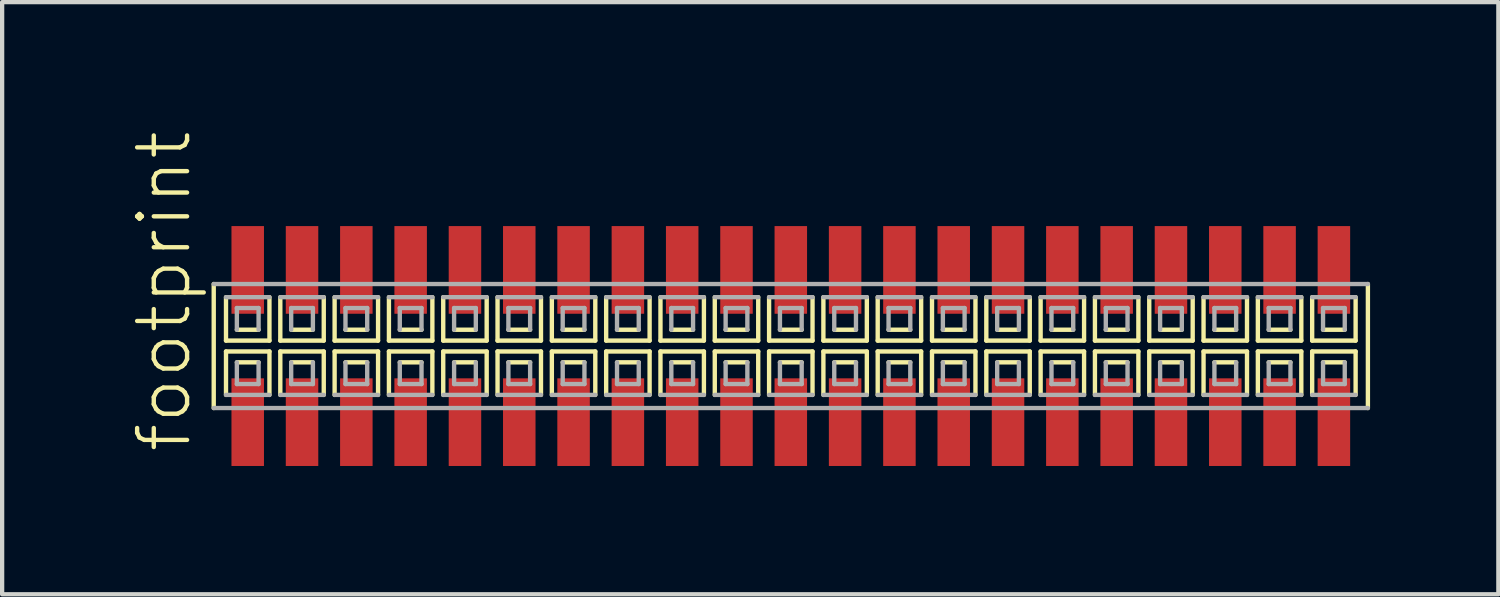
<source format=kicad_pcb>
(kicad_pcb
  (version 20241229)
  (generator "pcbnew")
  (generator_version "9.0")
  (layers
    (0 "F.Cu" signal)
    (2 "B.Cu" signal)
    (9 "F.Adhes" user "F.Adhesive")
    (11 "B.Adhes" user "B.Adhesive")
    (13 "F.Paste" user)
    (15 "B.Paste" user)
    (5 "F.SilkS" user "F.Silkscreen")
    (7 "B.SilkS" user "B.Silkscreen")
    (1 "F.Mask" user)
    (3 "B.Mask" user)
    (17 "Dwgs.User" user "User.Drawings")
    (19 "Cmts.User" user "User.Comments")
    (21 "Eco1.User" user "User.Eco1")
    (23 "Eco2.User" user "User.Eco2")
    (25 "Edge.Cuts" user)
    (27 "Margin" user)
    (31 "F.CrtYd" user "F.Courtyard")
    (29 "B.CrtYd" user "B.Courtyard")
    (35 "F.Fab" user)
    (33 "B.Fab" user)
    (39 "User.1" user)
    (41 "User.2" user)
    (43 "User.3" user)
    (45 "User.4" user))
  (footprint "footprint"
    (layer "F.Cu")
    (at 15.443 5.042)
    (property "Reference" "footprint" (at -13.97 2.54 90) (layer "F.SilkS") (effects (font (size 1.168 1.168) (thickness 0.102)) (justify left bottom)))
    (fp_line (start -13.495 -1.45) (end -13.495 1.45) (stroke (width 0.102) (type solid)) (layer "F.SilkS"))
    (fp_line (start -13.208 -1.143) (end -13.208 -0.127) (stroke (width 0.102) (type solid)) (layer "F.SilkS"))
    (fp_line (start -13.208 -0.127) (end -12.192 -0.127) (stroke (width 0.102) (type solid)) (layer "F.SilkS"))
    (fp_line (start -13.208 0.127) (end -13.208 1.143) (stroke (width 0.102) (type solid)) (layer "F.SilkS"))
    (fp_line (start -12.954 -0.381) (end -12.446 -0.381) (stroke (width 0.102) (type solid)) (layer "F.SilkS"))
    (fp_line (start -12.446 0.381) (end -12.954 0.381) (stroke (width 0.102) (type solid)) (layer "F.SilkS"))
    (fp_line (start -12.192 -0.127) (end -12.192 -1.143) (stroke (width 0.102) (type solid)) (layer "F.SilkS"))
    (fp_line (start -12.192 0.127) (end -13.208 0.127) (stroke (width 0.102) (type solid)) (layer "F.SilkS"))
    (fp_line (start -12.192 1.143) (end -12.192 0.127) (stroke (width 0.102) (type solid)) (layer "F.SilkS"))
    (fp_line (start -11.938 -1.143) (end -11.938 -0.127) (stroke (width 0.102) (type solid)) (layer "F.SilkS"))
    (fp_line (start -11.938 -0.127) (end -10.922 -0.127) (stroke (width 0.102) (type solid)) (layer "F.SilkS"))
    (fp_line (start -11.938 0.127) (end -11.938 1.143) (stroke (width 0.102) (type solid)) (layer "F.SilkS"))
    (fp_line (start -11.684 -0.381) (end -11.176 -0.381) (stroke (width 0.102) (type solid)) (layer "F.SilkS"))
    (fp_line (start -11.176 0.381) (end -11.684 0.381) (stroke (width 0.102) (type solid)) (layer "F.SilkS"))
    (fp_line (start -10.922 -0.127) (end -10.922 -1.143) (stroke (width 0.102) (type solid)) (layer "F.SilkS"))
    (fp_line (start -10.922 0.127) (end -11.938 0.127) (stroke (width 0.102) (type solid)) (layer "F.SilkS"))
    (fp_line (start -10.922 1.143) (end -10.922 0.127) (stroke (width 0.102) (type solid)) (layer "F.SilkS"))
    (fp_line (start -10.668 -1.143) (end -10.668 -0.127) (stroke (width 0.102) (type solid)) (layer "F.SilkS"))
    (fp_line (start -10.668 -0.127) (end -9.652 -0.127) (stroke (width 0.102) (type solid)) (layer "F.SilkS"))
    (fp_line (start -10.668 0.127) (end -10.668 1.143) (stroke (width 0.102) (type solid)) (layer "F.SilkS"))
    (fp_line (start -10.414 -0.381) (end -9.906 -0.381) (stroke (width 0.102) (type solid)) (layer "F.SilkS"))
    (fp_line (start -9.906 0.381) (end -10.414 0.381) (stroke (width 0.102) (type solid)) (layer "F.SilkS"))
    (fp_line (start -9.652 -0.127) (end -9.652 -1.143) (stroke (width 0.102) (type solid)) (layer "F.SilkS"))
    (fp_line (start -9.652 0.127) (end -10.668 0.127) (stroke (width 0.102) (type solid)) (layer "F.SilkS"))
    (fp_line (start -9.652 1.143) (end -9.652 0.127) (stroke (width 0.102) (type solid)) (layer "F.SilkS"))
    (fp_line (start -9.398 -1.143) (end -9.398 -0.127) (stroke (width 0.102) (type solid)) (layer "F.SilkS"))
    (fp_line (start -9.398 -0.127) (end -8.382 -0.127) (stroke (width 0.102) (type solid)) (layer "F.SilkS"))
    (fp_line (start -9.398 0.127) (end -9.398 1.143) (stroke (width 0.102) (type solid)) (layer "F.SilkS"))
    (fp_line (start -9.144 -0.381) (end -8.636 -0.381) (stroke (width 0.102) (type solid)) (layer "F.SilkS"))
    (fp_line (start -8.636 0.381) (end -9.144 0.381) (stroke (width 0.102) (type solid)) (layer "F.SilkS"))
    (fp_line (start -8.382 -0.127) (end -8.382 -1.143) (stroke (width 0.102) (type solid)) (layer "F.SilkS"))
    (fp_line (start -8.382 0.127) (end -9.398 0.127) (stroke (width 0.102) (type solid)) (layer "F.SilkS"))
    (fp_line (start -8.382 1.143) (end -8.382 0.127) (stroke (width 0.102) (type solid)) (layer "F.SilkS"))
    (fp_line (start -8.128 -1.143) (end -8.128 -0.127) (stroke (width 0.102) (type solid)) (layer "F.SilkS"))
    (fp_line (start -8.128 -0.127) (end -7.112 -0.127) (stroke (width 0.102) (type solid)) (layer "F.SilkS"))
    (fp_line (start -8.128 0.127) (end -8.128 1.143) (stroke (width 0.102) (type solid)) (layer "F.SilkS"))
    (fp_line (start -7.874 -0.381) (end -7.366 -0.381) (stroke (width 0.102) (type solid)) (layer "F.SilkS"))
    (fp_line (start -7.366 0.381) (end -7.874 0.381) (stroke (width 0.102) (type solid)) (layer "F.SilkS"))
    (fp_line (start -7.112 -0.127) (end -7.112 -1.143) (stroke (width 0.102) (type solid)) (layer "F.SilkS"))
    (fp_line (start -7.112 0.127) (end -8.128 0.127) (stroke (width 0.102) (type solid)) (layer "F.SilkS"))
    (fp_line (start -7.112 1.143) (end -7.112 0.127) (stroke (width 0.102) (type solid)) (layer "F.SilkS"))
    (fp_line (start -6.858 -1.143) (end -6.858 -0.127) (stroke (width 0.102) (type solid)) (layer "F.SilkS"))
    (fp_line (start -6.858 -0.127) (end -5.842 -0.127) (stroke (width 0.102) (type solid)) (layer "F.SilkS"))
    (fp_line (start -6.858 0.127) (end -6.858 1.143) (stroke (width 0.102) (type solid)) (layer "F.SilkS"))
    (fp_line (start -6.604 -0.381) (end -6.096 -0.381) (stroke (width 0.102) (type solid)) (layer "F.SilkS"))
    (fp_line (start -6.096 0.381) (end -6.604 0.381) (stroke (width 0.102) (type solid)) (layer "F.SilkS"))
    (fp_line (start -5.842 -0.127) (end -5.842 -1.143) (stroke (width 0.102) (type solid)) (layer "F.SilkS"))
    (fp_line (start -5.842 0.127) (end -6.858 0.127) (stroke (width 0.102) (type solid)) (layer "F.SilkS"))
    (fp_line (start -5.842 1.143) (end -5.842 0.127) (stroke (width 0.102) (type solid)) (layer "F.SilkS"))
    (fp_line (start -5.588 -1.143) (end -5.588 -0.127) (stroke (width 0.102) (type solid)) (layer "F.SilkS"))
    (fp_line (start -5.588 -0.127) (end -4.572 -0.127) (stroke (width 0.102) (type solid)) (layer "F.SilkS"))
    (fp_line (start -5.588 0.127) (end -5.588 1.143) (stroke (width 0.102) (type solid)) (layer "F.SilkS"))
    (fp_line (start -5.334 -0.381) (end -4.826 -0.381) (stroke (width 0.102) (type solid)) (layer "F.SilkS"))
    (fp_line (start -4.826 0.381) (end -5.334 0.381) (stroke (width 0.102) (type solid)) (layer "F.SilkS"))
    (fp_line (start -4.572 -0.127) (end -4.572 -1.143) (stroke (width 0.102) (type solid)) (layer "F.SilkS"))
    (fp_line (start -4.572 0.127) (end -5.588 0.127) (stroke (width 0.102) (type solid)) (layer "F.SilkS"))
    (fp_line (start -4.572 1.143) (end -4.572 0.127) (stroke (width 0.102) (type solid)) (layer "F.SilkS"))
    (fp_line (start -4.318 -1.143) (end -4.318 -0.127) (stroke (width 0.102) (type solid)) (layer "F.SilkS"))
    (fp_line (start -4.318 -0.127) (end -3.302 -0.127) (stroke (width 0.102) (type solid)) (layer "F.SilkS"))
    (fp_line (start -4.318 0.127) (end -4.318 1.143) (stroke (width 0.102) (type solid)) (layer "F.SilkS"))
    (fp_line (start -4.064 -0.381) (end -3.556 -0.381) (stroke (width 0.102) (type solid)) (layer "F.SilkS"))
    (fp_line (start -3.556 0.381) (end -4.064 0.381) (stroke (width 0.102) (type solid)) (layer "F.SilkS"))
    (fp_line (start -3.302 -0.127) (end -3.302 -1.143) (stroke (width 0.102) (type solid)) (layer "F.SilkS"))
    (fp_line (start -3.302 0.127) (end -4.318 0.127) (stroke (width 0.102) (type solid)) (layer "F.SilkS"))
    (fp_line (start -3.302 1.143) (end -3.302 0.127) (stroke (width 0.102) (type solid)) (layer "F.SilkS"))
    (fp_line (start -3.048 -1.143) (end -3.048 -0.127) (stroke (width 0.102) (type solid)) (layer "F.SilkS"))
    (fp_line (start -3.048 -0.127) (end -2.032 -0.127) (stroke (width 0.102) (type solid)) (layer "F.SilkS"))
    (fp_line (start -3.048 0.127) (end -3.048 1.143) (stroke (width 0.102) (type solid)) (layer "F.SilkS"))
    (fp_line (start -2.794 -0.381) (end -2.286 -0.381) (stroke (width 0.102) (type solid)) (layer "F.SilkS"))
    (fp_line (start -2.286 0.381) (end -2.794 0.381) (stroke (width 0.102) (type solid)) (layer "F.SilkS"))
    (fp_line (start -2.032 -0.127) (end -2.032 -1.143) (stroke (width 0.102) (type solid)) (layer "F.SilkS"))
    (fp_line (start -2.032 0.127) (end -3.048 0.127) (stroke (width 0.102) (type solid)) (layer "F.SilkS"))
    (fp_line (start -2.032 1.143) (end -2.032 0.127) (stroke (width 0.102) (type solid)) (layer "F.SilkS"))
    (fp_line (start -1.778 -1.143) (end -1.778 -0.127) (stroke (width 0.102) (type solid)) (layer "F.SilkS"))
    (fp_line (start -1.778 -0.127) (end -0.762 -0.127) (stroke (width 0.102) (type solid)) (layer "F.SilkS"))
    (fp_line (start -1.778 0.127) (end -1.778 1.143) (stroke (width 0.102) (type solid)) (layer "F.SilkS"))
    (fp_line (start -1.524 -0.381) (end -1.016 -0.381) (stroke (width 0.102) (type solid)) (layer "F.SilkS"))
    (fp_line (start -1.016 0.381) (end -1.524 0.381) (stroke (width 0.102) (type solid)) (layer "F.SilkS"))
    (fp_line (start -0.762 -0.127) (end -0.762 -1.143) (stroke (width 0.102) (type solid)) (layer "F.SilkS"))
    (fp_line (start -0.762 0.127) (end -1.778 0.127) (stroke (width 0.102) (type solid)) (layer "F.SilkS"))
    (fp_line (start -0.762 1.143) (end -0.762 0.127) (stroke (width 0.102) (type solid)) (layer "F.SilkS"))
    (fp_line (start -0.508 -1.143) (end -0.508 -0.127) (stroke (width 0.102) (type solid)) (layer "F.SilkS"))
    (fp_line (start -0.508 -0.127) (end 0.508 -0.127) (stroke (width 0.102) (type solid)) (layer "F.SilkS"))
    (fp_line (start -0.508 0.127) (end -0.508 1.143) (stroke (width 0.102) (type solid)) (layer "F.SilkS"))
    (fp_line (start -0.254 -0.381) (end 0.254 -0.381) (stroke (width 0.102) (type solid)) (layer "F.SilkS"))
    (fp_line (start 0.254 0.381) (end -0.254 0.381) (stroke (width 0.102) (type solid)) (layer "F.SilkS"))
    (fp_line (start 0.508 -0.127) (end 0.508 -1.143) (stroke (width 0.102) (type solid)) (layer "F.SilkS"))
    (fp_line (start 0.508 0.127) (end -0.508 0.127) (stroke (width 0.102) (type solid)) (layer "F.SilkS"))
    (fp_line (start 0.508 1.143) (end 0.508 0.127) (stroke (width 0.102) (type solid)) (layer "F.SilkS"))
    (fp_line (start 0.762 -1.143) (end 0.762 -0.127) (stroke (width 0.102) (type solid)) (layer "F.SilkS"))
    (fp_line (start 0.762 -0.127) (end 1.778 -0.127) (stroke (width 0.102) (type solid)) (layer "F.SilkS"))
    (fp_line (start 0.762 0.127) (end 0.762 1.143) (stroke (width 0.102) (type solid)) (layer "F.SilkS"))
    (fp_line (start 1.016 -0.381) (end 1.524 -0.381) (stroke (width 0.102) (type solid)) (layer "F.SilkS"))
    (fp_line (start 1.524 0.381) (end 1.016 0.381) (stroke (width 0.102) (type solid)) (layer "F.SilkS"))
    (fp_line (start 1.778 -0.127) (end 1.778 -1.143) (stroke (width 0.102) (type solid)) (layer "F.SilkS"))
    (fp_line (start 1.778 0.127) (end 0.762 0.127) (stroke (width 0.102) (type solid)) (layer "F.SilkS"))
    (fp_line (start 1.778 1.143) (end 1.778 0.127) (stroke (width 0.102) (type solid)) (layer "F.SilkS"))
    (fp_line (start 2.032 -1.143) (end 2.032 -0.127) (stroke (width 0.102) (type solid)) (layer "F.SilkS"))
    (fp_line (start 2.032 -0.127) (end 3.048 -0.127) (stroke (width 0.102) (type solid)) (layer "F.SilkS"))
    (fp_line (start 2.032 0.127) (end 2.032 1.143) (stroke (width 0.102) (type solid)) (layer "F.SilkS"))
    (fp_line (start 2.286 -0.381) (end 2.794 -0.381) (stroke (width 0.102) (type solid)) (layer "F.SilkS"))
    (fp_line (start 2.794 0.381) (end 2.286 0.381) (stroke (width 0.102) (type solid)) (layer "F.SilkS"))
    (fp_line (start 3.048 -0.127) (end 3.048 -1.143) (stroke (width 0.102) (type solid)) (layer "F.SilkS"))
    (fp_line (start 3.048 0.127) (end 2.032 0.127) (stroke (width 0.102) (type solid)) (layer "F.SilkS"))
    (fp_line (start 3.048 1.143) (end 3.048 0.127) (stroke (width 0.102) (type solid)) (layer "F.SilkS"))
    (fp_line (start 3.302 -1.143) (end 3.302 -0.127) (stroke (width 0.102) (type solid)) (layer "F.SilkS"))
    (fp_line (start 3.302 -0.127) (end 4.318 -0.127) (stroke (width 0.102) (type solid)) (layer "F.SilkS"))
    (fp_line (start 3.302 0.127) (end 3.302 1.143) (stroke (width 0.102) (type solid)) (layer "F.SilkS"))
    (fp_line (start 3.556 -0.381) (end 4.064 -0.381) (stroke (width 0.102) (type solid)) (layer "F.SilkS"))
    (fp_line (start 4.064 0.381) (end 3.556 0.381) (stroke (width 0.102) (type solid)) (layer "F.SilkS"))
    (fp_line (start 4.318 -0.127) (end 4.318 -1.143) (stroke (width 0.102) (type solid)) (layer "F.SilkS"))
    (fp_line (start 4.318 0.127) (end 3.302 0.127) (stroke (width 0.102) (type solid)) (layer "F.SilkS"))
    (fp_line (start 4.318 1.143) (end 4.318 0.127) (stroke (width 0.102) (type solid)) (layer "F.SilkS"))
    (fp_line (start 4.572 -1.143) (end 4.572 -0.127) (stroke (width 0.102) (type solid)) (layer "F.SilkS"))
    (fp_line (start 4.572 -0.127) (end 5.588 -0.127) (stroke (width 0.102) (type solid)) (layer "F.SilkS"))
    (fp_line (start 4.572 0.127) (end 4.572 1.143) (stroke (width 0.102) (type solid)) (layer "F.SilkS"))
    (fp_line (start 4.826 -0.381) (end 5.334 -0.381) (stroke (width 0.102) (type solid)) (layer "F.SilkS"))
    (fp_line (start 5.334 0.381) (end 4.826 0.381) (stroke (width 0.102) (type solid)) (layer "F.SilkS"))
    (fp_line (start 5.588 -0.127) (end 5.588 -1.143) (stroke (width 0.102) (type solid)) (layer "F.SilkS"))
    (fp_line (start 5.588 0.127) (end 4.572 0.127) (stroke (width 0.102) (type solid)) (layer "F.SilkS"))
    (fp_line (start 5.588 1.143) (end 5.588 0.127) (stroke (width 0.102) (type solid)) (layer "F.SilkS"))
    (fp_line (start 5.842 -1.143) (end 5.842 -0.127) (stroke (width 0.102) (type solid)) (layer "F.SilkS"))
    (fp_line (start 5.842 -0.127) (end 6.858 -0.127) (stroke (width 0.102) (type solid)) (layer "F.SilkS"))
    (fp_line (start 5.842 0.127) (end 5.842 1.143) (stroke (width 0.102) (type solid)) (layer "F.SilkS"))
    (fp_line (start 6.096 -0.381) (end 6.604 -0.381) (stroke (width 0.102) (type solid)) (layer "F.SilkS"))
    (fp_line (start 6.604 0.381) (end 6.096 0.381) (stroke (width 0.102) (type solid)) (layer "F.SilkS"))
    (fp_line (start 6.858 -0.127) (end 6.858 -1.143) (stroke (width 0.102) (type solid)) (layer "F.SilkS"))
    (fp_line (start 6.858 0.127) (end 5.842 0.127) (stroke (width 0.102) (type solid)) (layer "F.SilkS"))
    (fp_line (start 6.858 1.143) (end 6.858 0.127) (stroke (width 0.102) (type solid)) (layer "F.SilkS"))
    (fp_line (start 7.112 -1.143) (end 7.112 -0.127) (stroke (width 0.102) (type solid)) (layer "F.SilkS"))
    (fp_line (start 7.112 -0.127) (end 8.128 -0.127) (stroke (width 0.102) (type solid)) (layer "F.SilkS"))
    (fp_line (start 7.112 0.127) (end 7.112 1.143) (stroke (width 0.102) (type solid)) (layer "F.SilkS"))
    (fp_line (start 7.366 -0.381) (end 7.874 -0.381) (stroke (width 0.102) (type solid)) (layer "F.SilkS"))
    (fp_line (start 7.874 0.381) (end 7.366 0.381) (stroke (width 0.102) (type solid)) (layer "F.SilkS"))
    (fp_line (start 8.128 -0.127) (end 8.128 -1.143) (stroke (width 0.102) (type solid)) (layer "F.SilkS"))
    (fp_line (start 8.128 0.127) (end 7.112 0.127) (stroke (width 0.102) (type solid)) (layer "F.SilkS"))
    (fp_line (start 8.128 1.143) (end 8.128 0.127) (stroke (width 0.102) (type solid)) (layer "F.SilkS"))
    (fp_line (start 8.382 -1.143) (end 8.382 -0.127) (stroke (width 0.102) (type solid)) (layer "F.SilkS"))
    (fp_line (start 8.382 -0.127) (end 9.398 -0.127) (stroke (width 0.102) (type solid)) (layer "F.SilkS"))
    (fp_line (start 8.382 0.127) (end 8.382 1.143) (stroke (width 0.102) (type solid)) (layer "F.SilkS"))
    (fp_line (start 8.636 -0.381) (end 9.144 -0.381) (stroke (width 0.102) (type solid)) (layer "F.SilkS"))
    (fp_line (start 9.144 0.381) (end 8.636 0.381) (stroke (width 0.102) (type solid)) (layer "F.SilkS"))
    (fp_line (start 9.398 -0.127) (end 9.398 -1.143) (stroke (width 0.102) (type solid)) (layer "F.SilkS"))
    (fp_line (start 9.398 0.127) (end 8.382 0.127) (stroke (width 0.102) (type solid)) (layer "F.SilkS"))
    (fp_line (start 9.398 1.143) (end 9.398 0.127) (stroke (width 0.102) (type solid)) (layer "F.SilkS"))
    (fp_line (start 9.652 -1.143) (end 9.652 -0.127) (stroke (width 0.102) (type solid)) (layer "F.SilkS"))
    (fp_line (start 9.652 -0.127) (end 10.668 -0.127) (stroke (width 0.102) (type solid)) (layer "F.SilkS"))
    (fp_line (start 9.652 0.127) (end 9.652 1.143) (stroke (width 0.102) (type solid)) (layer "F.SilkS"))
    (fp_line (start 9.906 -0.381) (end 10.414 -0.381) (stroke (width 0.102) (type solid)) (layer "F.SilkS"))
    (fp_line (start 10.414 0.381) (end 9.906 0.381) (stroke (width 0.102) (type solid)) (layer "F.SilkS"))
    (fp_line (start 10.668 -0.127) (end 10.668 -1.143) (stroke (width 0.102) (type solid)) (layer "F.SilkS"))
    (fp_line (start 10.668 0.127) (end 9.652 0.127) (stroke (width 0.102) (type solid)) (layer "F.SilkS"))
    (fp_line (start 10.668 1.143) (end 10.668 0.127) (stroke (width 0.102) (type solid)) (layer "F.SilkS"))
    (fp_line (start 10.922 -1.143) (end 10.922 -0.127) (stroke (width 0.102) (type solid)) (layer "F.SilkS"))
    (fp_line (start 10.922 -0.127) (end 11.938 -0.127) (stroke (width 0.102) (type solid)) (layer "F.SilkS"))
    (fp_line (start 10.922 0.127) (end 10.922 1.143) (stroke (width 0.102) (type solid)) (layer "F.SilkS"))
    (fp_line (start 11.176 -0.381) (end 11.684 -0.381) (stroke (width 0.102) (type solid)) (layer "F.SilkS"))
    (fp_line (start 11.684 0.381) (end 11.176 0.381) (stroke (width 0.102) (type solid)) (layer "F.SilkS"))
    (fp_line (start 11.938 -0.127) (end 11.938 -1.143) (stroke (width 0.102) (type solid)) (layer "F.SilkS"))
    (fp_line (start 11.938 0.127) (end 10.922 0.127) (stroke (width 0.102) (type solid)) (layer "F.SilkS"))
    (fp_line (start 11.938 1.143) (end 11.938 0.127) (stroke (width 0.102) (type solid)) (layer "F.SilkS"))
    (fp_line (start 12.192 -1.143) (end 12.192 -0.127) (stroke (width 0.102) (type solid)) (layer "F.SilkS"))
    (fp_line (start 12.192 -0.127) (end 13.208 -0.127) (stroke (width 0.102) (type solid)) (layer "F.SilkS"))
    (fp_line (start 12.192 0.127) (end 12.192 1.143) (stroke (width 0.102) (type solid)) (layer "F.SilkS"))
    (fp_line (start 12.446 -0.381) (end 12.954 -0.381) (stroke (width 0.102) (type solid)) (layer "F.SilkS"))
    (fp_line (start 12.954 0.381) (end 12.446 0.381) (stroke (width 0.102) (type solid)) (layer "F.SilkS"))
    (fp_line (start 13.208 -0.127) (end 13.208 -1.143) (stroke (width 0.102) (type solid)) (layer "F.SilkS"))
    (fp_line (start 13.208 0.127) (end 12.192 0.127) (stroke (width 0.102) (type solid)) (layer "F.SilkS"))
    (fp_line (start 13.208 1.143) (end 13.208 0.127) (stroke (width 0.102) (type solid)) (layer "F.SilkS"))
    (fp_line (start 13.495 1.45) (end 13.495 -1.45) (stroke (width 0.102) (type solid)) (layer "F.SilkS"))
    (fp_line (start -13.495 1.45) (end 13.495 1.45) (stroke (width 0.102) (type solid)) (layer "F.Fab"))
    (fp_line (start -13.208 1.143) (end -12.192 1.143) (stroke (width 0.102) (type solid)) (layer "F.Fab"))
    (fp_line (start -12.954 -0.889) (end -12.954 -0.381) (stroke (width 0.102) (type solid)) (layer "F.Fab"))
    (fp_line (start -12.954 0.381) (end -12.954 0.889) (stroke (width 0.102) (type solid)) (layer "F.Fab"))
    (fp_line (start -12.954 0.889) (end -12.446 0.889) (stroke (width 0.102) (type solid)) (layer "F.Fab"))
    (fp_line (start -12.446 -0.889) (end -12.954 -0.889) (stroke (width 0.102) (type solid)) (layer "F.Fab"))
    (fp_line (start -12.446 -0.381) (end -12.446 -0.889) (stroke (width 0.102) (type solid)) (layer "F.Fab"))
    (fp_line (start -12.446 0.889) (end -12.446 0.381) (stroke (width 0.102) (type solid)) (layer "F.Fab"))
    (fp_line (start -12.192 -1.143) (end -13.208 -1.143) (stroke (width 0.102) (type solid)) (layer "F.Fab"))
    (fp_line (start -11.938 1.143) (end -10.922 1.143) (stroke (width 0.102) (type solid)) (layer "F.Fab"))
    (fp_line (start -11.684 -0.889) (end -11.684 -0.381) (stroke (width 0.102) (type solid)) (layer "F.Fab"))
    (fp_line (start -11.684 0.381) (end -11.684 0.889) (stroke (width 0.102) (type solid)) (layer "F.Fab"))
    (fp_line (start -11.684 0.889) (end -11.176 0.889) (stroke (width 0.102) (type solid)) (layer "F.Fab"))
    (fp_line (start -11.176 -0.889) (end -11.684 -0.889) (stroke (width 0.102) (type solid)) (layer "F.Fab"))
    (fp_line (start -11.176 -0.381) (end -11.176 -0.889) (stroke (width 0.102) (type solid)) (layer "F.Fab"))
    (fp_line (start -11.176 0.889) (end -11.176 0.381) (stroke (width 0.102) (type solid)) (layer "F.Fab"))
    (fp_line (start -10.922 -1.143) (end -11.938 -1.143) (stroke (width 0.102) (type solid)) (layer "F.Fab"))
    (fp_line (start -10.668 1.143) (end -9.652 1.143) (stroke (width 0.102) (type solid)) (layer "F.Fab"))
    (fp_line (start -10.414 -0.889) (end -10.414 -0.381) (stroke (width 0.102) (type solid)) (layer "F.Fab"))
    (fp_line (start -10.414 0.381) (end -10.414 0.889) (stroke (width 0.102) (type solid)) (layer "F.Fab"))
    (fp_line (start -10.414 0.889) (end -9.906 0.889) (stroke (width 0.102) (type solid)) (layer "F.Fab"))
    (fp_line (start -9.906 -0.889) (end -10.414 -0.889) (stroke (width 0.102) (type solid)) (layer "F.Fab"))
    (fp_line (start -9.906 -0.381) (end -9.906 -0.889) (stroke (width 0.102) (type solid)) (layer "F.Fab"))
    (fp_line (start -9.906 0.889) (end -9.906 0.381) (stroke (width 0.102) (type solid)) (layer "F.Fab"))
    (fp_line (start -9.652 -1.143) (end -10.668 -1.143) (stroke (width 0.102) (type solid)) (layer "F.Fab"))
    (fp_line (start -9.398 1.143) (end -8.382 1.143) (stroke (width 0.102) (type solid)) (layer "F.Fab"))
    (fp_line (start -9.144 -0.889) (end -9.144 -0.381) (stroke (width 0.102) (type solid)) (layer "F.Fab"))
    (fp_line (start -9.144 0.381) (end -9.144 0.889) (stroke (width 0.102) (type solid)) (layer "F.Fab"))
    (fp_line (start -9.144 0.889) (end -8.636 0.889) (stroke (width 0.102) (type solid)) (layer "F.Fab"))
    (fp_line (start -8.636 -0.889) (end -9.144 -0.889) (stroke (width 0.102) (type solid)) (layer "F.Fab"))
    (fp_line (start -8.636 -0.381) (end -8.636 -0.889) (stroke (width 0.102) (type solid)) (layer "F.Fab"))
    (fp_line (start -8.636 0.889) (end -8.636 0.381) (stroke (width 0.102) (type solid)) (layer "F.Fab"))
    (fp_line (start -8.382 -1.143) (end -9.398 -1.143) (stroke (width 0.102) (type solid)) (layer "F.Fab"))
    (fp_line (start -8.128 1.143) (end -7.112 1.143) (stroke (width 0.102) (type solid)) (layer "F.Fab"))
    (fp_line (start -7.874 -0.889) (end -7.874 -0.381) (stroke (width 0.102) (type solid)) (layer "F.Fab"))
    (fp_line (start -7.874 0.381) (end -7.874 0.889) (stroke (width 0.102) (type solid)) (layer "F.Fab"))
    (fp_line (start -7.874 0.889) (end -7.366 0.889) (stroke (width 0.102) (type solid)) (layer "F.Fab"))
    (fp_line (start -7.366 -0.889) (end -7.874 -0.889) (stroke (width 0.102) (type solid)) (layer "F.Fab"))
    (fp_line (start -7.366 -0.381) (end -7.366 -0.889) (stroke (width 0.102) (type solid)) (layer "F.Fab"))
    (fp_line (start -7.366 0.889) (end -7.366 0.381) (stroke (width 0.102) (type solid)) (layer "F.Fab"))
    (fp_line (start -7.112 -1.143) (end -8.128 -1.143) (stroke (width 0.102) (type solid)) (layer "F.Fab"))
    (fp_line (start -6.858 1.143) (end -5.842 1.143) (stroke (width 0.102) (type solid)) (layer "F.Fab"))
    (fp_line (start -6.604 -0.889) (end -6.604 -0.381) (stroke (width 0.102) (type solid)) (layer "F.Fab"))
    (fp_line (start -6.604 0.381) (end -6.604 0.889) (stroke (width 0.102) (type solid)) (layer "F.Fab"))
    (fp_line (start -6.604 0.889) (end -6.096 0.889) (stroke (width 0.102) (type solid)) (layer "F.Fab"))
    (fp_line (start -6.096 -0.889) (end -6.604 -0.889) (stroke (width 0.102) (type solid)) (layer "F.Fab"))
    (fp_line (start -6.096 -0.381) (end -6.096 -0.889) (stroke (width 0.102) (type solid)) (layer "F.Fab"))
    (fp_line (start -6.096 0.889) (end -6.096 0.381) (stroke (width 0.102) (type solid)) (layer "F.Fab"))
    (fp_line (start -5.842 -1.143) (end -6.858 -1.143) (stroke (width 0.102) (type solid)) (layer "F.Fab"))
    (fp_line (start -5.588 1.143) (end -4.572 1.143) (stroke (width 0.102) (type solid)) (layer "F.Fab"))
    (fp_line (start -5.334 -0.889) (end -5.334 -0.381) (stroke (width 0.102) (type solid)) (layer "F.Fab"))
    (fp_line (start -5.334 0.381) (end -5.334 0.889) (stroke (width 0.102) (type solid)) (layer "F.Fab"))
    (fp_line (start -5.334 0.889) (end -4.826 0.889) (stroke (width 0.102) (type solid)) (layer "F.Fab"))
    (fp_line (start -4.826 -0.889) (end -5.334 -0.889) (stroke (width 0.102) (type solid)) (layer "F.Fab"))
    (fp_line (start -4.826 -0.381) (end -4.826 -0.889) (stroke (width 0.102) (type solid)) (layer "F.Fab"))
    (fp_line (start -4.826 0.889) (end -4.826 0.381) (stroke (width 0.102) (type solid)) (layer "F.Fab"))
    (fp_line (start -4.572 -1.143) (end -5.588 -1.143) (stroke (width 0.102) (type solid)) (layer "F.Fab"))
    (fp_line (start -4.318 1.143) (end -3.302 1.143) (stroke (width 0.102) (type solid)) (layer "F.Fab"))
    (fp_line (start -4.064 -0.889) (end -4.064 -0.381) (stroke (width 0.102) (type solid)) (layer "F.Fab"))
    (fp_line (start -4.064 0.381) (end -4.064 0.889) (stroke (width 0.102) (type solid)) (layer "F.Fab"))
    (fp_line (start -4.064 0.889) (end -3.556 0.889) (stroke (width 0.102) (type solid)) (layer "F.Fab"))
    (fp_line (start -3.556 -0.889) (end -4.064 -0.889) (stroke (width 0.102) (type solid)) (layer "F.Fab"))
    (fp_line (start -3.556 -0.381) (end -3.556 -0.889) (stroke (width 0.102) (type solid)) (layer "F.Fab"))
    (fp_line (start -3.556 0.889) (end -3.556 0.381) (stroke (width 0.102) (type solid)) (layer "F.Fab"))
    (fp_line (start -3.302 -1.143) (end -4.318 -1.143) (stroke (width 0.102) (type solid)) (layer "F.Fab"))
    (fp_line (start -3.048 1.143) (end -2.032 1.143) (stroke (width 0.102) (type solid)) (layer "F.Fab"))
    (fp_line (start -2.794 -0.889) (end -2.794 -0.381) (stroke (width 0.102) (type solid)) (layer "F.Fab"))
    (fp_line (start -2.794 0.381) (end -2.794 0.889) (stroke (width 0.102) (type solid)) (layer "F.Fab"))
    (fp_line (start -2.794 0.889) (end -2.286 0.889) (stroke (width 0.102) (type solid)) (layer "F.Fab"))
    (fp_line (start -2.286 -0.889) (end -2.794 -0.889) (stroke (width 0.102) (type solid)) (layer "F.Fab"))
    (fp_line (start -2.286 -0.381) (end -2.286 -0.889) (stroke (width 0.102) (type solid)) (layer "F.Fab"))
    (fp_line (start -2.286 0.889) (end -2.286 0.381) (stroke (width 0.102) (type solid)) (layer "F.Fab"))
    (fp_line (start -2.032 -1.143) (end -3.048 -1.143) (stroke (width 0.102) (type solid)) (layer "F.Fab"))
    (fp_line (start -1.778 1.143) (end -0.762 1.143) (stroke (width 0.102) (type solid)) (layer "F.Fab"))
    (fp_line (start -1.524 -0.889) (end -1.524 -0.381) (stroke (width 0.102) (type solid)) (layer "F.Fab"))
    (fp_line (start -1.524 0.381) (end -1.524 0.889) (stroke (width 0.102) (type solid)) (layer "F.Fab"))
    (fp_line (start -1.524 0.889) (end -1.016 0.889) (stroke (width 0.102) (type solid)) (layer "F.Fab"))
    (fp_line (start -1.016 -0.889) (end -1.524 -0.889) (stroke (width 0.102) (type solid)) (layer "F.Fab"))
    (fp_line (start -1.016 -0.381) (end -1.016 -0.889) (stroke (width 0.102) (type solid)) (layer "F.Fab"))
    (fp_line (start -1.016 0.889) (end -1.016 0.381) (stroke (width 0.102) (type solid)) (layer "F.Fab"))
    (fp_line (start -0.762 -1.143) (end -1.778 -1.143) (stroke (width 0.102) (type solid)) (layer "F.Fab"))
    (fp_line (start -0.508 1.143) (end 0.508 1.143) (stroke (width 0.102) (type solid)) (layer "F.Fab"))
    (fp_line (start -0.254 -0.889) (end -0.254 -0.381) (stroke (width 0.102) (type solid)) (layer "F.Fab"))
    (fp_line (start -0.254 0.381) (end -0.254 0.889) (stroke (width 0.102) (type solid)) (layer "F.Fab"))
    (fp_line (start -0.254 0.889) (end 0.254 0.889) (stroke (width 0.102) (type solid)) (layer "F.Fab"))
    (fp_line (start 0.254 -0.889) (end -0.254 -0.889) (stroke (width 0.102) (type solid)) (layer "F.Fab"))
    (fp_line (start 0.254 -0.381) (end 0.254 -0.889) (stroke (width 0.102) (type solid)) (layer "F.Fab"))
    (fp_line (start 0.254 0.889) (end 0.254 0.381) (stroke (width 0.102) (type solid)) (layer "F.Fab"))
    (fp_line (start 0.508 -1.143) (end -0.508 -1.143) (stroke (width 0.102) (type solid)) (layer "F.Fab"))
    (fp_line (start 0.762 1.143) (end 1.778 1.143) (stroke (width 0.102) (type solid)) (layer "F.Fab"))
    (fp_line (start 1.016 -0.889) (end 1.016 -0.381) (stroke (width 0.102) (type solid)) (layer "F.Fab"))
    (fp_line (start 1.016 0.381) (end 1.016 0.889) (stroke (width 0.102) (type solid)) (layer "F.Fab"))
    (fp_line (start 1.016 0.889) (end 1.524 0.889) (stroke (width 0.102) (type solid)) (layer "F.Fab"))
    (fp_line (start 1.524 -0.889) (end 1.016 -0.889) (stroke (width 0.102) (type solid)) (layer "F.Fab"))
    (fp_line (start 1.524 -0.381) (end 1.524 -0.889) (stroke (width 0.102) (type solid)) (layer "F.Fab"))
    (fp_line (start 1.524 0.889) (end 1.524 0.381) (stroke (width 0.102) (type solid)) (layer "F.Fab"))
    (fp_line (start 1.778 -1.143) (end 0.762 -1.143) (stroke (width 0.102) (type solid)) (layer "F.Fab"))
    (fp_line (start 2.032 1.143) (end 3.048 1.143) (stroke (width 0.102) (type solid)) (layer "F.Fab"))
    (fp_line (start 2.286 -0.889) (end 2.286 -0.381) (stroke (width 0.102) (type solid)) (layer "F.Fab"))
    (fp_line (start 2.286 0.381) (end 2.286 0.889) (stroke (width 0.102) (type solid)) (layer "F.Fab"))
    (fp_line (start 2.286 0.889) (end 2.794 0.889) (stroke (width 0.102) (type solid)) (layer "F.Fab"))
    (fp_line (start 2.794 -0.889) (end 2.286 -0.889) (stroke (width 0.102) (type solid)) (layer "F.Fab"))
    (fp_line (start 2.794 -0.381) (end 2.794 -0.889) (stroke (width 0.102) (type solid)) (layer "F.Fab"))
    (fp_line (start 2.794 0.889) (end 2.794 0.381) (stroke (width 0.102) (type solid)) (layer "F.Fab"))
    (fp_line (start 3.048 -1.143) (end 2.032 -1.143) (stroke (width 0.102) (type solid)) (layer "F.Fab"))
    (fp_line (start 3.302 1.143) (end 4.318 1.143) (stroke (width 0.102) (type solid)) (layer "F.Fab"))
    (fp_line (start 3.556 -0.889) (end 3.556 -0.381) (stroke (width 0.102) (type solid)) (layer "F.Fab"))
    (fp_line (start 3.556 0.381) (end 3.556 0.889) (stroke (width 0.102) (type solid)) (layer "F.Fab"))
    (fp_line (start 3.556 0.889) (end 4.064 0.889) (stroke (width 0.102) (type solid)) (layer "F.Fab"))
    (fp_line (start 4.064 -0.889) (end 3.556 -0.889) (stroke (width 0.102) (type solid)) (layer "F.Fab"))
    (fp_line (start 4.064 -0.381) (end 4.064 -0.889) (stroke (width 0.102) (type solid)) (layer "F.Fab"))
    (fp_line (start 4.064 0.889) (end 4.064 0.381) (stroke (width 0.102) (type solid)) (layer "F.Fab"))
    (fp_line (start 4.318 -1.143) (end 3.302 -1.143) (stroke (width 0.102) (type solid)) (layer "F.Fab"))
    (fp_line (start 4.572 1.143) (end 5.588 1.143) (stroke (width 0.102) (type solid)) (layer "F.Fab"))
    (fp_line (start 4.826 -0.889) (end 4.826 -0.381) (stroke (width 0.102) (type solid)) (layer "F.Fab"))
    (fp_line (start 4.826 0.381) (end 4.826 0.889) (stroke (width 0.102) (type solid)) (layer "F.Fab"))
    (fp_line (start 4.826 0.889) (end 5.334 0.889) (stroke (width 0.102) (type solid)) (layer "F.Fab"))
    (fp_line (start 5.334 -0.889) (end 4.826 -0.889) (stroke (width 0.102) (type solid)) (layer "F.Fab"))
    (fp_line (start 5.334 -0.381) (end 5.334 -0.889) (stroke (width 0.102) (type solid)) (layer "F.Fab"))
    (fp_line (start 5.334 0.889) (end 5.334 0.381) (stroke (width 0.102) (type solid)) (layer "F.Fab"))
    (fp_line (start 5.588 -1.143) (end 4.572 -1.143) (stroke (width 0.102) (type solid)) (layer "F.Fab"))
    (fp_line (start 5.842 1.143) (end 6.858 1.143) (stroke (width 0.102) (type solid)) (layer "F.Fab"))
    (fp_line (start 6.096 -0.889) (end 6.096 -0.381) (stroke (width 0.102) (type solid)) (layer "F.Fab"))
    (fp_line (start 6.096 0.381) (end 6.096 0.889) (stroke (width 0.102) (type solid)) (layer "F.Fab"))
    (fp_line (start 6.096 0.889) (end 6.604 0.889) (stroke (width 0.102) (type solid)) (layer "F.Fab"))
    (fp_line (start 6.604 -0.889) (end 6.096 -0.889) (stroke (width 0.102) (type solid)) (layer "F.Fab"))
    (fp_line (start 6.604 -0.381) (end 6.604 -0.889) (stroke (width 0.102) (type solid)) (layer "F.Fab"))
    (fp_line (start 6.604 0.889) (end 6.604 0.381) (stroke (width 0.102) (type solid)) (layer "F.Fab"))
    (fp_line (start 6.858 -1.143) (end 5.842 -1.143) (stroke (width 0.102) (type solid)) (layer "F.Fab"))
    (fp_line (start 7.112 1.143) (end 8.128 1.143) (stroke (width 0.102) (type solid)) (layer "F.Fab"))
    (fp_line (start 7.366 -0.889) (end 7.366 -0.381) (stroke (width 0.102) (type solid)) (layer "F.Fab"))
    (fp_line (start 7.366 0.381) (end 7.366 0.889) (stroke (width 0.102) (type solid)) (layer "F.Fab"))
    (fp_line (start 7.366 0.889) (end 7.874 0.889) (stroke (width 0.102) (type solid)) (layer "F.Fab"))
    (fp_line (start 7.874 -0.889) (end 7.366 -0.889) (stroke (width 0.102) (type solid)) (layer "F.Fab"))
    (fp_line (start 7.874 -0.381) (end 7.874 -0.889) (stroke (width 0.102) (type solid)) (layer "F.Fab"))
    (fp_line (start 7.874 0.889) (end 7.874 0.381) (stroke (width 0.102) (type solid)) (layer "F.Fab"))
    (fp_line (start 8.128 -1.143) (end 7.112 -1.143) (stroke (width 0.102) (type solid)) (layer "F.Fab"))
    (fp_line (start 8.382 1.143) (end 9.398 1.143) (stroke (width 0.102) (type solid)) (layer "F.Fab"))
    (fp_line (start 8.636 -0.889) (end 8.636 -0.381) (stroke (width 0.102) (type solid)) (layer "F.Fab"))
    (fp_line (start 8.636 0.381) (end 8.636 0.889) (stroke (width 0.102) (type solid)) (layer "F.Fab"))
    (fp_line (start 8.636 0.889) (end 9.144 0.889) (stroke (width 0.102) (type solid)) (layer "F.Fab"))
    (fp_line (start 9.144 -0.889) (end 8.636 -0.889) (stroke (width 0.102) (type solid)) (layer "F.Fab"))
    (fp_line (start 9.144 -0.381) (end 9.144 -0.889) (stroke (width 0.102) (type solid)) (layer "F.Fab"))
    (fp_line (start 9.144 0.889) (end 9.144 0.381) (stroke (width 0.102) (type solid)) (layer "F.Fab"))
    (fp_line (start 9.398 -1.143) (end 8.382 -1.143) (stroke (width 0.102) (type solid)) (layer "F.Fab"))
    (fp_line (start 9.652 1.143) (end 10.668 1.143) (stroke (width 0.102) (type solid)) (layer "F.Fab"))
    (fp_line (start 9.906 -0.889) (end 9.906 -0.381) (stroke (width 0.102) (type solid)) (layer "F.Fab"))
    (fp_line (start 9.906 0.381) (end 9.906 0.889) (stroke (width 0.102) (type solid)) (layer "F.Fab"))
    (fp_line (start 9.906 0.889) (end 10.414 0.889) (stroke (width 0.102) (type solid)) (layer "F.Fab"))
    (fp_line (start 10.414 -0.889) (end 9.906 -0.889) (stroke (width 0.102) (type solid)) (layer "F.Fab"))
    (fp_line (start 10.414 -0.381) (end 10.414 -0.889) (stroke (width 0.102) (type solid)) (layer "F.Fab"))
    (fp_line (start 10.414 0.889) (end 10.414 0.381) (stroke (width 0.102) (type solid)) (layer "F.Fab"))
    (fp_line (start 10.668 -1.143) (end 9.652 -1.143) (stroke (width 0.102) (type solid)) (layer "F.Fab"))
    (fp_line (start 10.922 1.143) (end 11.938 1.143) (stroke (width 0.102) (type solid)) (layer "F.Fab"))
    (fp_line (start 11.176 -0.889) (end 11.176 -0.381) (stroke (width 0.102) (type solid)) (layer "F.Fab"))
    (fp_line (start 11.176 0.381) (end 11.176 0.889) (stroke (width 0.102) (type solid)) (layer "F.Fab"))
    (fp_line (start 11.176 0.889) (end 11.684 0.889) (stroke (width 0.102) (type solid)) (layer "F.Fab"))
    (fp_line (start 11.684 -0.889) (end 11.176 -0.889) (stroke (width 0.102) (type solid)) (layer "F.Fab"))
    (fp_line (start 11.684 -0.381) (end 11.684 -0.889) (stroke (width 0.102) (type solid)) (layer "F.Fab"))
    (fp_line (start 11.684 0.889) (end 11.684 0.381) (stroke (width 0.102) (type solid)) (layer "F.Fab"))
    (fp_line (start 11.938 -1.143) (end 10.922 -1.143) (stroke (width 0.102) (type solid)) (layer "F.Fab"))
    (fp_line (start 12.192 1.143) (end 13.208 1.143) (stroke (width 0.102) (type solid)) (layer "F.Fab"))
    (fp_line (start 12.446 -0.889) (end 12.446 -0.381) (stroke (width 0.102) (type solid)) (layer "F.Fab"))
    (fp_line (start 12.446 0.381) (end 12.446 0.889) (stroke (width 0.102) (type solid)) (layer "F.Fab"))
    (fp_line (start 12.446 0.889) (end 12.954 0.889) (stroke (width 0.102) (type solid)) (layer "F.Fab"))
    (fp_line (start 12.954 -0.889) (end 12.446 -0.889) (stroke (width 0.102) (type solid)) (layer "F.Fab"))
    (fp_line (start 12.954 -0.381) (end 12.954 -0.889) (stroke (width 0.102) (type solid)) (layer "F.Fab"))
    (fp_line (start 12.954 0.889) (end 12.954 0.381) (stroke (width 0.102) (type solid)) (layer "F.Fab"))
    (fp_line (start 13.208 -1.143) (end 12.192 -1.143) (stroke (width 0.102) (type solid)) (layer "F.Fab"))
    (fp_line (start 13.495 -1.45) (end -13.495 -1.45) (stroke (width 0.102) (type solid)) (layer "F.Fab"))
    (pad "1" smd rect (at -12.7 1.78) (size 0.76 2.05) (layers "F.Cu" "F.Mask" "F.Paste"))
    (pad "2" smd rect (at -12.7 -1.78) (size 0.76 2.05) (layers "F.Cu" "F.Mask" "F.Paste"))
    (pad "3" smd rect (at -11.43 1.78) (size 0.76 2.05) (layers "F.Cu" "F.Mask" "F.Paste"))
    (pad "4" smd rect (at -11.43 -1.78) (size 0.76 2.05) (layers "F.Cu" "F.Mask" "F.Paste"))
    (pad "5" smd rect (at -10.16 1.78) (size 0.76 2.05) (layers "F.Cu" "F.Mask" "F.Paste"))
    (pad "6" smd rect (at -10.16 -1.78) (size 0.76 2.05) (layers "F.Cu" "F.Mask" "F.Paste"))
    (pad "7" smd rect (at -8.89 1.78) (size 0.76 2.05) (layers "F.Cu" "F.Mask" "F.Paste"))
    (pad "8" smd rect (at -8.89 -1.78) (size 0.76 2.05) (layers "F.Cu" "F.Mask" "F.Paste"))
    (pad "9" smd rect (at -7.62 1.78) (size 0.76 2.05) (layers "F.Cu" "F.Mask" "F.Paste"))
    (pad "10" smd rect (at -7.62 -1.78) (size 0.76 2.05) (layers "F.Cu" "F.Mask" "F.Paste"))
    (pad "11" smd rect (at -6.35 1.78) (size 0.76 2.05) (layers "F.Cu" "F.Mask" "F.Paste"))
    (pad "12" smd rect (at -6.35 -1.78) (size 0.76 2.05) (layers "F.Cu" "F.Mask" "F.Paste"))
    (pad "13" smd rect (at -5.08 1.78) (size 0.76 2.05) (layers "F.Cu" "F.Mask" "F.Paste"))
    (pad "14" smd rect (at -5.08 -1.78) (size 0.76 2.05) (layers "F.Cu" "F.Mask" "F.Paste"))
    (pad "15" smd rect (at -3.81 1.78) (size 0.76 2.05) (layers "F.Cu" "F.Mask" "F.Paste"))
    (pad "16" smd rect (at -3.81 -1.78) (size 0.76 2.05) (layers "F.Cu" "F.Mask" "F.Paste"))
    (pad "17" smd rect (at -2.54 1.78) (size 0.76 2.05) (layers "F.Cu" "F.Mask" "F.Paste"))
    (pad "18" smd rect (at -2.54 -1.78) (size 0.76 2.05) (layers "F.Cu" "F.Mask" "F.Paste"))
    (pad "19" smd rect (at -1.27 1.78) (size 0.76 2.05) (layers "F.Cu" "F.Mask" "F.Paste"))
    (pad "20" smd rect (at -1.27 -1.78) (size 0.76 2.05) (layers "F.Cu" "F.Mask" "F.Paste"))
    (pad "21" smd rect (at 0 1.78) (size 0.76 2.05) (layers "F.Cu" "F.Mask" "F.Paste"))
    (pad "22" smd rect (at 0 -1.78) (size 0.76 2.05) (layers "F.Cu" "F.Mask" "F.Paste"))
    (pad "23" smd rect (at 1.27 1.78) (size 0.76 2.05) (layers "F.Cu" "F.Mask" "F.Paste"))
    (pad "24" smd rect (at 1.27 -1.78) (size 0.76 2.05) (layers "F.Cu" "F.Mask" "F.Paste"))
    (pad "25" smd rect (at 2.54 1.78) (size 0.76 2.05) (layers "F.Cu" "F.Mask" "F.Paste"))
    (pad "26" smd rect (at 2.54 -1.78) (size 0.76 2.05) (layers "F.Cu" "F.Mask" "F.Paste"))
    (pad "27" smd rect (at 3.81 1.78) (size 0.76 2.05) (layers "F.Cu" "F.Mask" "F.Paste"))
    (pad "28" smd rect (at 3.81 -1.78) (size 0.76 2.05) (layers "F.Cu" "F.Mask" "F.Paste"))
    (pad "29" smd rect (at 5.08 1.78) (size 0.76 2.05) (layers "F.Cu" "F.Mask" "F.Paste"))
    (pad "30" smd rect (at 5.08 -1.78) (size 0.76 2.05) (layers "F.Cu" "F.Mask" "F.Paste"))
    (pad "31" smd rect (at 6.35 1.78) (size 0.76 2.05) (layers "F.Cu" "F.Mask" "F.Paste"))
    (pad "32" smd rect (at 6.35 -1.78) (size 0.76 2.05) (layers "F.Cu" "F.Mask" "F.Paste"))
    (pad "33" smd rect (at 7.62 1.78) (size 0.76 2.05) (layers "F.Cu" "F.Mask" "F.Paste"))
    (pad "34" smd rect (at 7.62 -1.78) (size 0.76 2.05) (layers "F.Cu" "F.Mask" "F.Paste"))
    (pad "35" smd rect (at 8.89 1.78) (size 0.76 2.05) (layers "F.Cu" "F.Mask" "F.Paste"))
    (pad "36" smd rect (at 8.89 -1.78) (size 0.76 2.05) (layers "F.Cu" "F.Mask" "F.Paste"))
    (pad "37" smd rect (at 10.16 1.78) (size 0.76 2.05) (layers "F.Cu" "F.Mask" "F.Paste"))
    (pad "38" smd rect (at 10.16 -1.78) (size 0.76 2.05) (layers "F.Cu" "F.Mask" "F.Paste"))
    (pad "39" smd rect (at 11.43 1.78) (size 0.76 2.05) (layers "F.Cu" "F.Mask" "F.Paste"))
    (pad "40" smd rect (at 11.43 -1.78) (size 0.76 2.05) (layers "F.Cu" "F.Mask" "F.Paste"))
    (pad "41" smd rect (at 12.7 1.78) (size 0.76 2.05) (layers "F.Cu" "F.Mask" "F.Paste"))
    (pad "42" smd rect (at 12.7 -1.78) (size 0.76 2.05) (layers "F.Cu" "F.Mask" "F.Paste")))
  (gr_rect
    (start -3 -3)
    (end 31.989 10.847)
    (stroke (width 0.1) (type default))
    (fill no)
    (layer "Edge.Cuts")))
</source>
